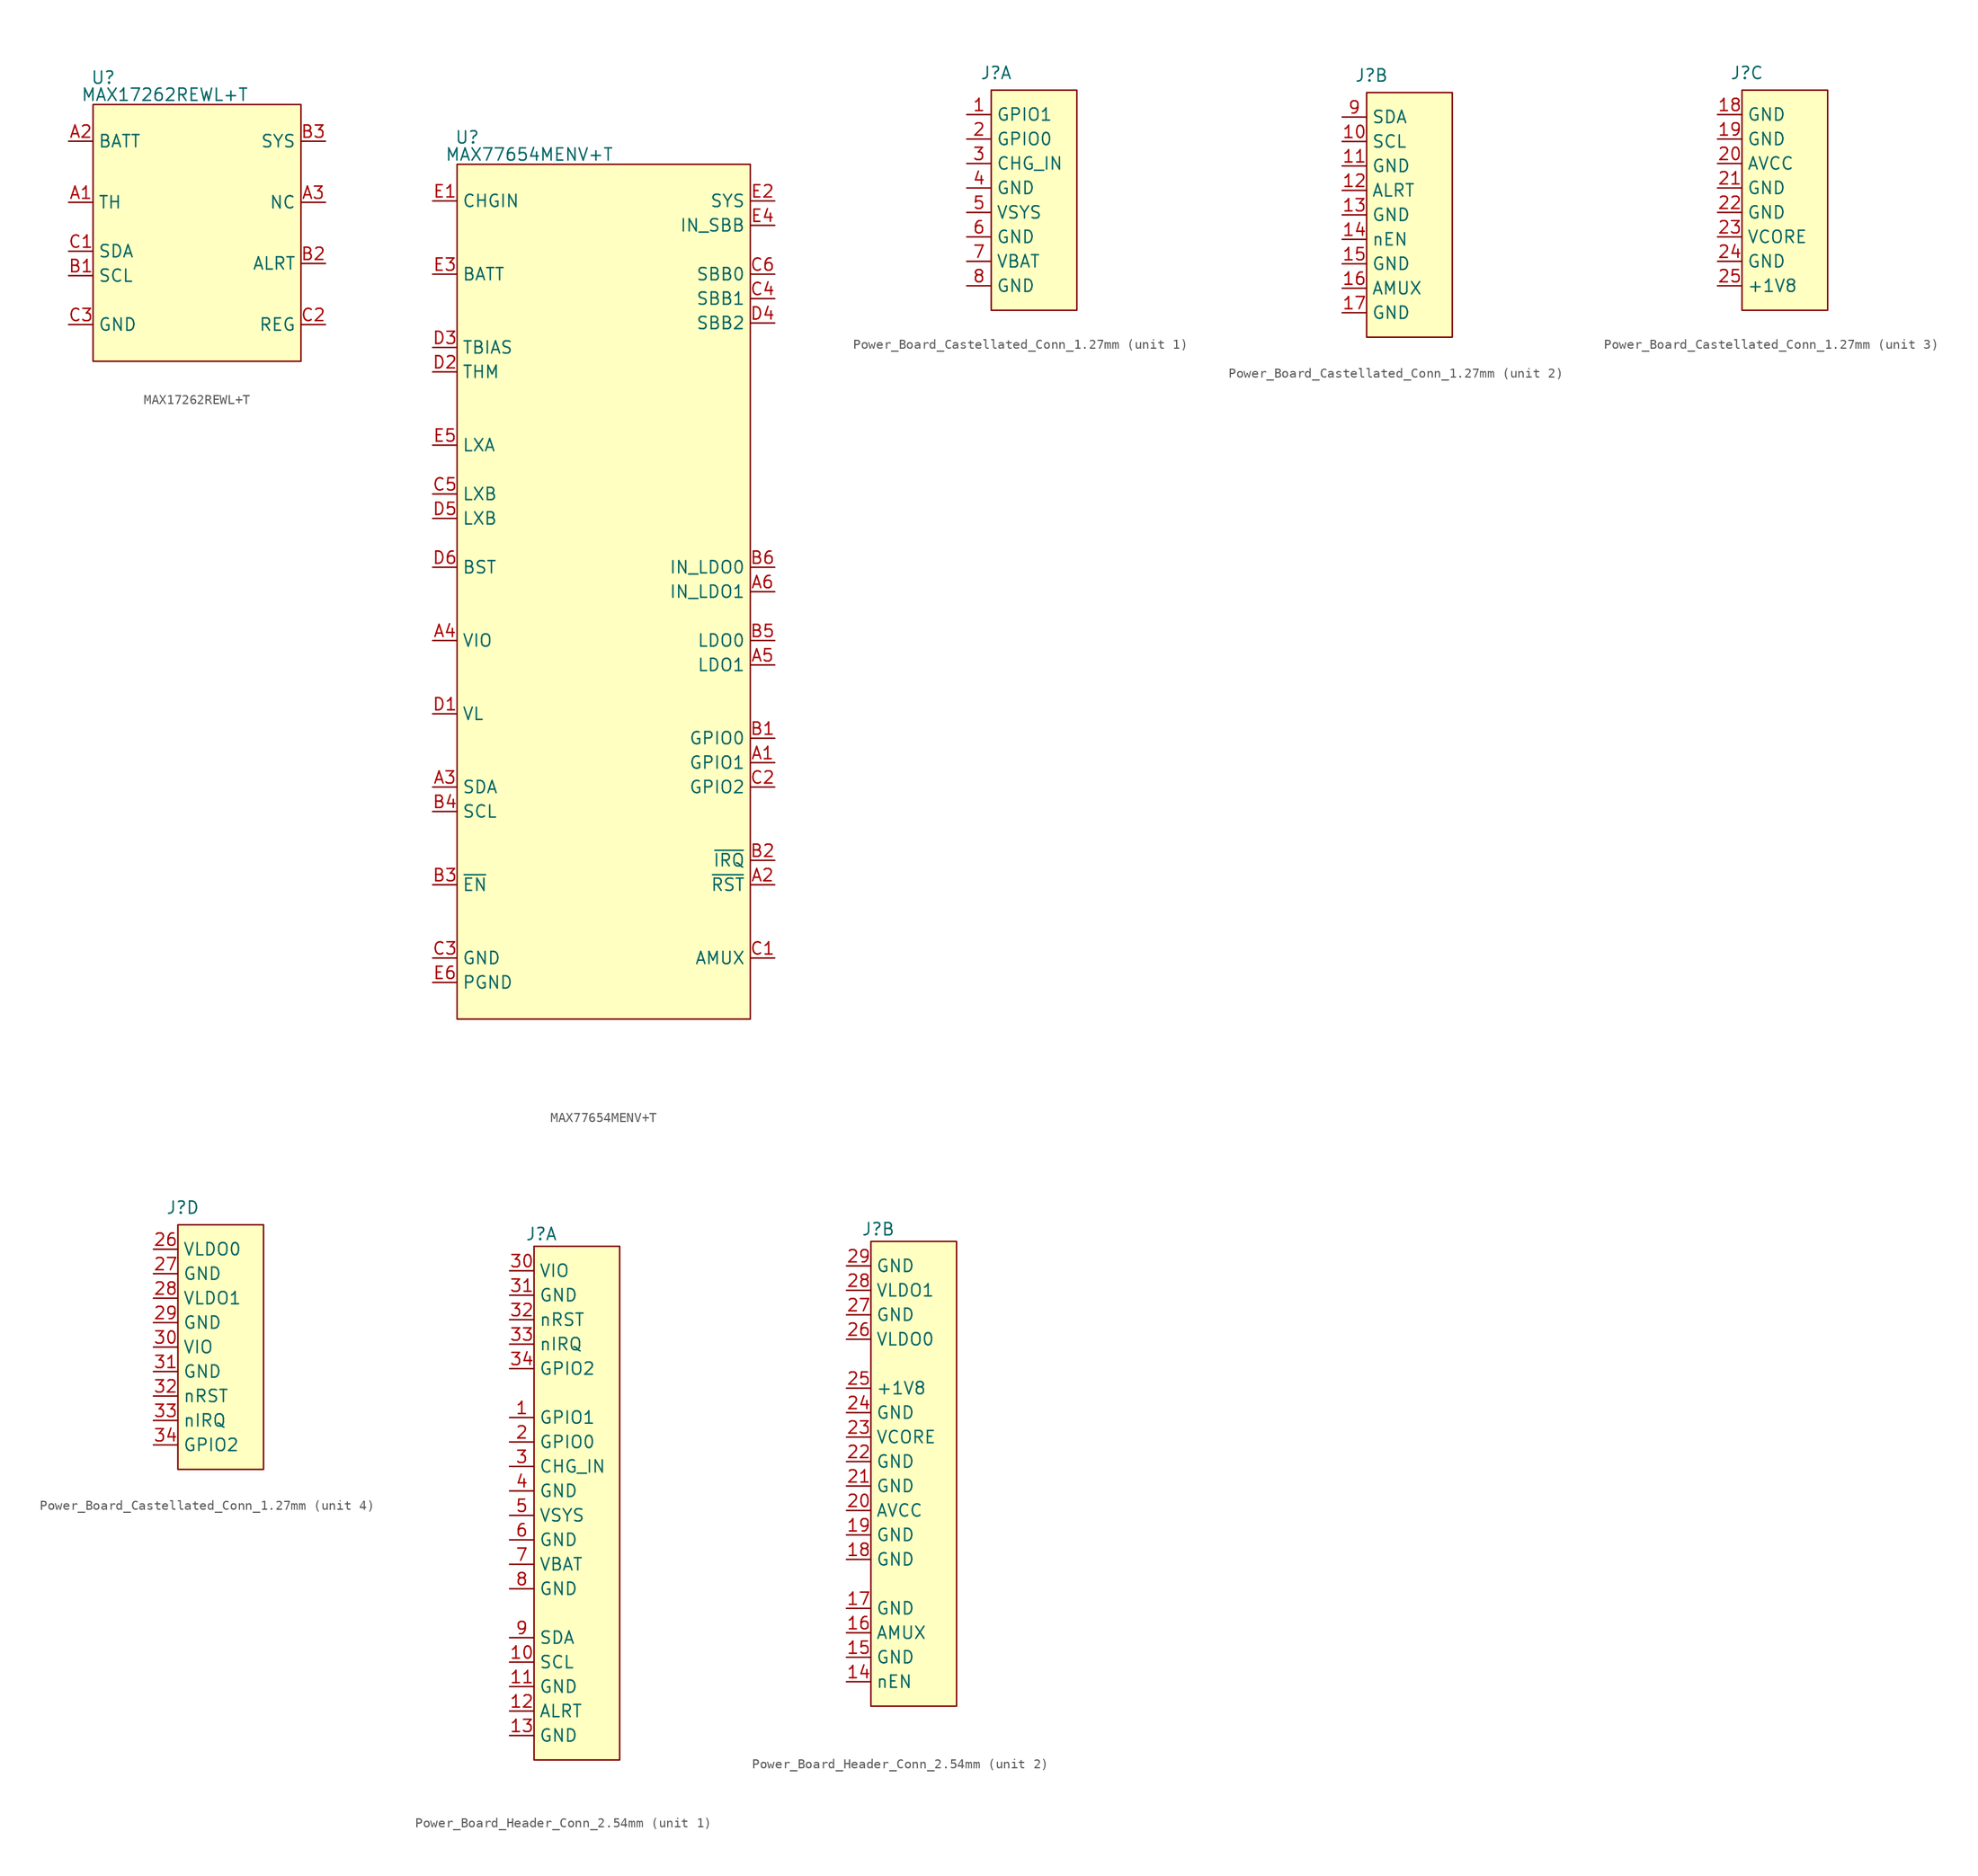
<source format=kicad_sym>
(kicad_symbol_lib
  (version 20231120)
  (generator "kicad_symbol_editor")
  (generator_version "8.0")
  (symbol "MAX17262REWL+T"
    (property "Reference" "U"
      (at -0.254 2.794 0)
      (effects (font (size 1.27 1.27)) (justify left)))
    (property "Value" " MAX17262REWL+T "
      (at -1.27 1.016 0)
      (effects (font (size 1.27 1.27)) (justify left)))
    (symbol "MAX17262REWL+T_0_1"
      (rectangle (start 0 0) (end 21.59 -26.67) (stroke (width 0) (type default) (color 128 0 0 1)) (fill (type background))))
    (symbol "MAX17262REWL+T_1_1"
      (pin passive line (at -2.54 -10.16 0) (length 2.54) (name "TH" (effects (font (size 1.27 1.27)))) (number "A1" (effects (font (size 1.27 1.27)))))
      (pin passive line (at -2.54 -3.81 0) (length 2.54) (name "BATT" (effects (font (size 1.27 1.27)))) (number "A2" (effects (font (size 1.27 1.27)))))
      (pin passive line (at 24.13 -10.16 180) (length 2.54) (name "NC" (effects (font (size 1.27 1.27)))) (number "A3" (effects (font (size 1.27 1.27)))))
      (pin passive line (at -2.54 -17.78 0) (length 2.54) (name "SCL" (effects (font (size 1.27 1.27)))) (number "B1" (effects (font (size 1.27 1.27)))))
      (pin passive line (at 24.13 -16.51 180) (length 2.54) (name "ALRT" (effects (font (size 1.27 1.27)))) (number "B2" (effects (font (size 1.27 1.27)))))
      (pin passive line (at 24.13 -3.81 180) (length 2.54) (name "SYS" (effects (font (size 1.27 1.27)))) (number "B3" (effects (font (size 1.27 1.27)))))
      (pin passive line (at -2.54 -15.24 0) (length 2.54) (name "SDA" (effects (font (size 1.27 1.27)))) (number "C1" (effects (font (size 1.27 1.27)))))
      (pin passive line (at 24.13 -22.86 180) (length 2.54) (name "REG" (effects (font (size 1.27 1.27)))) (number "C2" (effects (font (size 1.27 1.27)))))
      (pin passive line (at -2.54 -22.86 0) (length 2.54) (name "GND" (effects (font (size 1.27 1.27)))) (number "C3" (effects (font (size 1.27 1.27)))))))
  (symbol "MAX77654MENV+T"
    (property "Reference" "U"
      (at -0.254 2.794 0)
      (effects (font (size 1.27 1.27)) (justify left)))
    (property "Value" " MAX77654MENV+T "
      (at -1.27 1.016 0)
      (effects (font (size 1.27 1.27)) (justify left)))
    (symbol "MAX77654MENV+T_0_1"
      (rectangle (start 0 0) (end 30.48 -88.9) (stroke (width 0) (type default) (color 128 0 0 1)) (fill (type background))))
    (symbol "MAX77654MENV+T_1_1"
      (pin passive line (at 33.02 -62.23 180) (length 2.54) (name "GPIO1" (effects (font (size 1.27 1.27)))) (number "A1" (effects (font (size 1.27 1.27)))))
      (pin passive line (at 33.02 -74.93 180) (length 2.54) (name "~{RST}" (effects (font (size 1.27 1.27)))) (number "A2" (effects (font (size 1.27 1.27)))))
      (pin passive line (at -2.54 -64.77 0) (length 2.54) (name "SDA" (effects (font (size 1.27 1.27)))) (number "A3" (effects (font (size 1.27 1.27)))))
      (pin passive line (at -2.54 -49.53 0) (length 2.54) (name "VIO" (effects (font (size 1.27 1.27)))) (number "A4" (effects (font (size 1.27 1.27)))))
      (pin passive line (at 33.02 -52.07 180) (length 2.54) (name "LDO1" (effects (font (size 1.27 1.27)))) (number "A5" (effects (font (size 1.27 1.27)))))
      (pin passive line (at 33.02 -44.45 180) (length 2.54) (name "IN_LDO1" (effects (font (size 1.27 1.27)))) (number "A6" (effects (font (size 1.27 1.27)))))
      (pin passive line (at 33.02 -59.69 180) (length 2.54) (name "GPIO0" (effects (font (size 1.27 1.27)))) (number "B1" (effects (font (size 1.27 1.27)))))
      (pin passive line (at 33.02 -72.39 180) (length 2.54) (name "~{IRQ}" (effects (font (size 1.27 1.27)))) (number "B2" (effects (font (size 1.27 1.27)))))
      (pin passive line (at -2.54 -74.93 0) (length 2.54) (name "~{EN}" (effects (font (size 1.27 1.27)))) (number "B3" (effects (font (size 1.27 1.27)))))
      (pin passive line (at -2.54 -67.31 0) (length 2.54) (name "SCL" (effects (font (size 1.27 1.27)))) (number "B4" (effects (font (size 1.27 1.27)))))
      (pin passive line (at 33.02 -49.53 180) (length 2.54) (name "LDO0" (effects (font (size 1.27 1.27)))) (number "B5" (effects (font (size 1.27 1.27)))))
      (pin passive line (at 33.02 -41.91 180) (length 2.54) (name "IN_LDO0" (effects (font (size 1.27 1.27)))) (number "B6" (effects (font (size 1.27 1.27)))))
      (pin passive line (at 33.02 -82.55 180) (length 2.54) (name "AMUX" (effects (font (size 1.27 1.27)))) (number "C1" (effects (font (size 1.27 1.27)))))
      (pin passive line (at 33.02 -64.77 180) (length 2.54) (name "GPIO2" (effects (font (size 1.27 1.27)))) (number "C2" (effects (font (size 1.27 1.27)))))
      (pin passive line (at -2.54 -82.55 0) (length 2.54) (name "GND" (effects (font (size 1.27 1.27)))) (number "C3" (effects (font (size 1.27 1.27)))))
      (pin passive line (at 33.02 -13.97 180) (length 2.54) (name "SBB1" (effects (font (size 1.27 1.27)))) (number "C4" (effects (font (size 1.27 1.27)))))
      (pin passive line (at -2.54 -34.29 0) (length 2.54) (name "LXB" (effects (font (size 1.27 1.27)))) (number "C5" (effects (font (size 1.27 1.27)))))
      (pin passive line (at 33.02 -11.43 180) (length 2.54) (name "SBB0" (effects (font (size 1.27 1.27)))) (number "C6" (effects (font (size 1.27 1.27)))))
      (pin passive line (at -2.54 -57.15 0) (length 2.54) (name "VL" (effects (font (size 1.27 1.27)))) (number "D1" (effects (font (size 1.27 1.27)))))
      (pin passive line (at -2.54 -21.59 0) (length 2.54) (name "THM" (effects (font (size 1.27 1.27)))) (number "D2" (effects (font (size 1.27 1.27)))))
      (pin passive line (at -2.54 -19.05 0) (length 2.54) (name "TBIAS" (effects (font (size 1.27 1.27)))) (number "D3" (effects (font (size 1.27 1.27)))))
      (pin passive line (at 33.02 -16.51 180) (length 2.54) (name "SBB2" (effects (font (size 1.27 1.27)))) (number "D4" (effects (font (size 1.27 1.27)))))
      (pin passive line (at -2.54 -36.83 0) (length 2.54) (name "LXB" (effects (font (size 1.27 1.27)))) (number "D5" (effects (font (size 1.27 1.27)))))
      (pin passive line (at -2.54 -41.91 0) (length 2.54) (name "BST" (effects (font (size 1.27 1.27)))) (number "D6" (effects (font (size 1.27 1.27)))))
      (pin passive line (at -2.54 -3.81 0) (length 2.54) (name "CHGIN" (effects (font (size 1.27 1.27)))) (number "E1" (effects (font (size 1.27 1.27)))))
      (pin passive line (at 33.02 -3.81 180) (length 2.54) (name "SYS" (effects (font (size 1.27 1.27)))) (number "E2" (effects (font (size 1.27 1.27)))))
      (pin passive line (at -2.54 -11.43 0) (length 2.54) (name "BATT" (effects (font (size 1.27 1.27)))) (number "E3" (effects (font (size 1.27 1.27)))))
      (pin passive line (at 33.02 -6.35 180) (length 2.54) (name "IN_SBB" (effects (font (size 1.27 1.27)))) (number "E4" (effects (font (size 1.27 1.27)))))
      (pin passive line (at -2.54 -29.21 0) (length 2.54) (name "LXA" (effects (font (size 1.27 1.27)))) (number "E5" (effects (font (size 1.27 1.27)))))
      (pin passive line (at -2.54 -85.09 0) (length 2.54) (name "PGND" (effects (font (size 1.27 1.27)))) (number "E6" (effects (font (size 1.27 1.27)))))))
  (symbol "Power_Board_Castellated_Conn_1.27mm"
    (property "Reference" "J"
      (at 0.508 1.778 0)
      (effects (font (size 1.27 1.27))))
    (property "Value" ""
      (at 0 0 0)
      (effects (font (size 1.27 1.27))))
    (property "ki_locked" ""
      (at 0 0 0)
      (effects (font (size 1.27 1.27))))
    (symbol "Power_Board_Castellated_Conn_1.27mm_1_1"
      (rectangle (start 0 0) (end 8.89 -22.86) (stroke (width 0) (type default) (color 128 0 0 1)) (fill (type background)))
      (pin passive line (at -2.54 -2.54 0) (length 2.54) (name "GPIO1" (effects (font (size 1.27 1.27)))) (number "1" (effects (font (size 1.27 1.27)))))
      (pin passive line (at -2.54 -5.08 0) (length 2.54) (name "GPIO0" (effects (font (size 1.27 1.27)))) (number "2" (effects (font (size 1.27 1.27)))))
      (pin passive line (at -2.54 -7.62 0) (length 2.54) (name "CHG_IN" (effects (font (size 1.27 1.27)))) (number "3" (effects (font (size 1.27 1.27)))))
      (pin passive line (at -2.54 -10.16 0) (length 2.54) (name "GND" (effects (font (size 1.27 1.27)))) (number "4" (effects (font (size 1.27 1.27)))))
      (pin passive line (at -2.54 -12.7 0) (length 2.54) (name "VSYS" (effects (font (size 1.27 1.27)))) (number "5" (effects (font (size 1.27 1.27)))))
      (pin passive line (at -2.54 -15.24 0) (length 2.54) (name "GND" (effects (font (size 1.27 1.27)))) (number "6" (effects (font (size 1.27 1.27)))))
      (pin passive line (at -2.54 -17.78 0) (length 2.54) (name "VBAT" (effects (font (size 1.27 1.27)))) (number "7" (effects (font (size 1.27 1.27)))))
      (pin passive line (at -2.54 -20.32 0) (length 2.54) (name "GND" (effects (font (size 1.27 1.27)))) (number "8" (effects (font (size 1.27 1.27))))))
    (symbol "Power_Board_Castellated_Conn_1.27mm_2_1"
      (rectangle (start 0 0) (end 8.89 -25.4) (stroke (width 0) (type default) (color 128 0 0 1)) (fill (type background)))
      (pin passive line (at -2.54 -5.08 0) (length 2.54) (name "SCL" (effects (font (size 1.27 1.27)))) (number "10" (effects (font (size 1.27 1.27)))))
      (pin passive line (at -2.54 -7.62 0) (length 2.54) (name "GND" (effects (font (size 1.27 1.27)))) (number "11" (effects (font (size 1.27 1.27)))))
      (pin passive line (at -2.54 -10.16 0) (length 2.54) (name "ALRT" (effects (font (size 1.27 1.27)))) (number "12" (effects (font (size 1.27 1.27)))))
      (pin passive line (at -2.54 -12.7 0) (length 2.54) (name "GND" (effects (font (size 1.27 1.27)))) (number "13" (effects (font (size 1.27 1.27)))))
      (pin passive line (at -2.54 -15.24 0) (length 2.54) (name "nEN" (effects (font (size 1.27 1.27)))) (number "14" (effects (font (size 1.27 1.27)))))
      (pin passive line (at -2.54 -17.78 0) (length 2.54) (name "GND" (effects (font (size 1.27 1.27)))) (number "15" (effects (font (size 1.27 1.27)))))
      (pin passive line (at -2.54 -20.32 0) (length 2.54) (name "AMUX" (effects (font (size 1.27 1.27)))) (number "16" (effects (font (size 1.27 1.27)))))
      (pin passive line (at -2.54 -22.86 0) (length 2.54) (name "GND" (effects (font (size 1.27 1.27)))) (number "17" (effects (font (size 1.27 1.27)))))
      (pin passive line (at -2.54 -2.54 0) (length 2.54) (name "SDA" (effects (font (size 1.27 1.27)))) (number "9" (effects (font (size 1.27 1.27))))))
    (symbol "Power_Board_Castellated_Conn_1.27mm_3_1"
      (rectangle (start 0 0) (end 8.89 -22.86) (stroke (width 0) (type default) (color 128 0 0 1)) (fill (type background)))
      (pin passive line (at -2.54 -2.54 0) (length 2.54) (name "GND" (effects (font (size 1.27 1.27)))) (number "18" (effects (font (size 1.27 1.27)))))
      (pin passive line (at -2.54 -5.08 0) (length 2.54) (name "GND" (effects (font (size 1.27 1.27)))) (number "19" (effects (font (size 1.27 1.27)))))
      (pin passive line (at -2.54 -7.62 0) (length 2.54) (name "AVCC" (effects (font (size 1.27 1.27)))) (number "20" (effects (font (size 1.27 1.27)))))
      (pin passive line (at -2.54 -10.16 0) (length 2.54) (name "GND" (effects (font (size 1.27 1.27)))) (number "21" (effects (font (size 1.27 1.27)))))
      (pin passive line (at -2.54 -12.7 0) (length 2.54) (name "GND" (effects (font (size 1.27 1.27)))) (number "22" (effects (font (size 1.27 1.27)))))
      (pin passive line (at -2.54 -15.24 0) (length 2.54) (name "VCORE" (effects (font (size 1.27 1.27)))) (number "23" (effects (font (size 1.27 1.27)))))
      (pin passive line (at -2.54 -17.78 0) (length 2.54) (name "GND" (effects (font (size 1.27 1.27)))) (number "24" (effects (font (size 1.27 1.27)))))
      (pin passive line (at -2.54 -20.32 0) (length 2.54) (name "+1V8" (effects (font (size 1.27 1.27)))) (number "25" (effects (font (size 1.27 1.27))))))
    (symbol "Power_Board_Castellated_Conn_1.27mm_4_1"
      (rectangle (start 0 0) (end 8.89 -25.4) (stroke (width 0) (type default) (color 128 0 0 1)) (fill (type background)))
      (pin passive line (at -2.54 -2.54 0) (length 2.54) (name "VLDO0" (effects (font (size 1.27 1.27)))) (number "26" (effects (font (size 1.27 1.27)))))
      (pin passive line (at -2.54 -5.08 0) (length 2.54) (name "GND" (effects (font (size 1.27 1.27)))) (number "27" (effects (font (size 1.27 1.27)))))
      (pin passive line (at -2.54 -7.62 0) (length 2.54) (name "VLDO1" (effects (font (size 1.27 1.27)))) (number "28" (effects (font (size 1.27 1.27)))))
      (pin passive line (at -2.54 -10.16 0) (length 2.54) (name "GND" (effects (font (size 1.27 1.27)))) (number "29" (effects (font (size 1.27 1.27)))))
      (pin passive line (at -2.54 -12.7 0) (length 2.54) (name "VIO" (effects (font (size 1.27 1.27)))) (number "30" (effects (font (size 1.27 1.27)))))
      (pin passive line (at -2.54 -15.24 0) (length 2.54) (name "GND" (effects (font (size 1.27 1.27)))) (number "31" (effects (font (size 1.27 1.27)))))
      (pin passive line (at -2.54 -17.78 0) (length 2.54) (name "nRST" (effects (font (size 1.27 1.27)))) (number "32" (effects (font (size 1.27 1.27)))))
      (pin passive line (at -2.54 -20.32 0) (length 2.54) (name "nIRQ" (effects (font (size 1.27 1.27)))) (number "33" (effects (font (size 1.27 1.27)))))
      (pin passive line (at -2.54 -22.86 0) (length 2.54) (name "GPIO2" (effects (font (size 1.27 1.27)))) (number "34" (effects (font (size 1.27 1.27)))))))
  (symbol "Power_Board_Header_Conn_2.54mm"
    (property "Reference" "J"
      (at 0.762 1.27 0)
      (effects (font (size 1.27 1.27))))
    (property "Value" ""
      (at 0.762 1.27 0)
      (effects (font (size 1.27 1.27))))
    (property "ki_locked" ""
      (at 0 0 0)
      (effects (font (size 1.27 1.27))))
    (symbol "Power_Board_Header_Conn_2.54mm_1_1"
      (rectangle (start 0 0) (end 8.89 -53.34) (stroke (width 0) (type default) (color 128 0 0 1)) (fill (type background)))
      (pin passive line (at -2.54 -17.78 0) (length 2.54) (name "GPIO1" (effects (font (size 1.27 1.27)))) (number "1" (effects (font (size 1.27 1.27)))))
      (pin passive line (at -2.54 -43.18 0) (length 2.54) (name "SCL" (effects (font (size 1.27 1.27)))) (number "10" (effects (font (size 1.27 1.27)))))
      (pin passive line (at -2.54 -45.72 0) (length 2.54) (name "GND" (effects (font (size 1.27 1.27)))) (number "11" (effects (font (size 1.27 1.27)))))
      (pin passive line (at -2.54 -48.26 0) (length 2.54) (name "ALRT" (effects (font (size 1.27 1.27)))) (number "12" (effects (font (size 1.27 1.27)))))
      (pin passive line (at -2.54 -50.8 0) (length 2.54) (name "GND" (effects (font (size 1.27 1.27)))) (number "13" (effects (font (size 1.27 1.27)))))
      (pin passive line (at -2.54 -20.32 0) (length 2.54) (name "GPIO0" (effects (font (size 1.27 1.27)))) (number "2" (effects (font (size 1.27 1.27)))))
      (pin passive line (at -2.54 -22.86 0) (length 2.54) (name "CHG_IN" (effects (font (size 1.27 1.27)))) (number "3" (effects (font (size 1.27 1.27)))))
      (pin passive line (at -2.54 -2.54 0) (length 2.54) (name "VIO" (effects (font (size 1.27 1.27)))) (number "30" (effects (font (size 1.27 1.27)))))
      (pin passive line (at -2.54 -5.08 0) (length 2.54) (name "GND" (effects (font (size 1.27 1.27)))) (number "31" (effects (font (size 1.27 1.27)))))
      (pin passive line (at -2.54 -7.62 0) (length 2.54) (name "nRST" (effects (font (size 1.27 1.27)))) (number "32" (effects (font (size 1.27 1.27)))))
      (pin passive line (at -2.54 -10.16 0) (length 2.54) (name "nIRQ" (effects (font (size 1.27 1.27)))) (number "33" (effects (font (size 1.27 1.27)))))
      (pin passive line (at -2.54 -12.7 0) (length 2.54) (name "GPIO2" (effects (font (size 1.27 1.27)))) (number "34" (effects (font (size 1.27 1.27)))))
      (pin passive line (at -2.54 -25.4 0) (length 2.54) (name "GND" (effects (font (size 1.27 1.27)))) (number "4" (effects (font (size 1.27 1.27)))))
      (pin passive line (at -2.54 -27.94 0) (length 2.54) (name "VSYS" (effects (font (size 1.27 1.27)))) (number "5" (effects (font (size 1.27 1.27)))))
      (pin passive line (at -2.54 -30.48 0) (length 2.54) (name "GND" (effects (font (size 1.27 1.27)))) (number "6" (effects (font (size 1.27 1.27)))))
      (pin passive line (at -2.54 -33.02 0) (length 2.54) (name "VBAT" (effects (font (size 1.27 1.27)))) (number "7" (effects (font (size 1.27 1.27)))))
      (pin passive line (at -2.54 -35.56 0) (length 2.54) (name "GND" (effects (font (size 1.27 1.27)))) (number "8" (effects (font (size 1.27 1.27)))))
      (pin passive line (at -2.54 -40.64 0) (length 2.54) (name "SDA" (effects (font (size 1.27 1.27)))) (number "9" (effects (font (size 1.27 1.27))))))
    (symbol "Power_Board_Header_Conn_2.54mm_2_1"
      (rectangle (start 0 0) (end 8.89 -48.26) (stroke (width 0) (type default) (color 128 0 0 1)) (fill (type background)))
      (pin passive line (at -2.54 -45.72 0) (length 2.54) (name "nEN" (effects (font (size 1.27 1.27)))) (number "14" (effects (font (size 1.27 1.27)))))
      (pin passive line (at -2.54 -43.18 0) (length 2.54) (name "GND" (effects (font (size 1.27 1.27)))) (number "15" (effects (font (size 1.27 1.27)))))
      (pin passive line (at -2.54 -40.64 0) (length 2.54) (name "AMUX" (effects (font (size 1.27 1.27)))) (number "16" (effects (font (size 1.27 1.27)))))
      (pin passive line (at -2.54 -38.1 0) (length 2.54) (name "GND" (effects (font (size 1.27 1.27)))) (number "17" (effects (font (size 1.27 1.27)))))
      (pin passive line (at -2.54 -33.02 0) (length 2.54) (name "GND" (effects (font (size 1.27 1.27)))) (number "18" (effects (font (size 1.27 1.27)))))
      (pin passive line (at -2.54 -30.48 0) (length 2.54) (name "GND" (effects (font (size 1.27 1.27)))) (number "19" (effects (font (size 1.27 1.27)))))
      (pin passive line (at -2.54 -27.94 0) (length 2.54) (name "AVCC" (effects (font (size 1.27 1.27)))) (number "20" (effects (font (size 1.27 1.27)))))
      (pin passive line (at -2.54 -25.4 0) (length 2.54) (name "GND" (effects (font (size 1.27 1.27)))) (number "21" (effects (font (size 1.27 1.27)))))
      (pin passive line (at -2.54 -22.86 0) (length 2.54) (name "GND" (effects (font (size 1.27 1.27)))) (number "22" (effects (font (size 1.27 1.27)))))
      (pin passive line (at -2.54 -20.32 0) (length 2.54) (name "VCORE" (effects (font (size 1.27 1.27)))) (number "23" (effects (font (size 1.27 1.27)))))
      (pin passive line (at -2.54 -17.78 0) (length 2.54) (name "GND" (effects (font (size 1.27 1.27)))) (number "24" (effects (font (size 1.27 1.27)))))
      (pin passive line (at -2.54 -15.24 0) (length 2.54) (name "+1V8" (effects (font (size 1.27 1.27)))) (number "25" (effects (font (size 1.27 1.27)))))
      (pin passive line (at -2.54 -10.16 0) (length 2.54) (name "VLDO0" (effects (font (size 1.27 1.27)))) (number "26" (effects (font (size 1.27 1.27)))))
      (pin passive line (at -2.54 -7.62 0) (length 2.54) (name "GND" (effects (font (size 1.27 1.27)))) (number "27" (effects (font (size 1.27 1.27)))))
      (pin passive line (at -2.54 -5.08 0) (length 2.54) (name "VLDO1" (effects (font (size 1.27 1.27)))) (number "28" (effects (font (size 1.27 1.27)))))
      (pin passive line (at -2.54 -2.54 0) (length 2.54) (name "GND" (effects (font (size 1.27 1.27)))) (number "29" (effects (font (size 1.27 1.27))))))))
</source>
